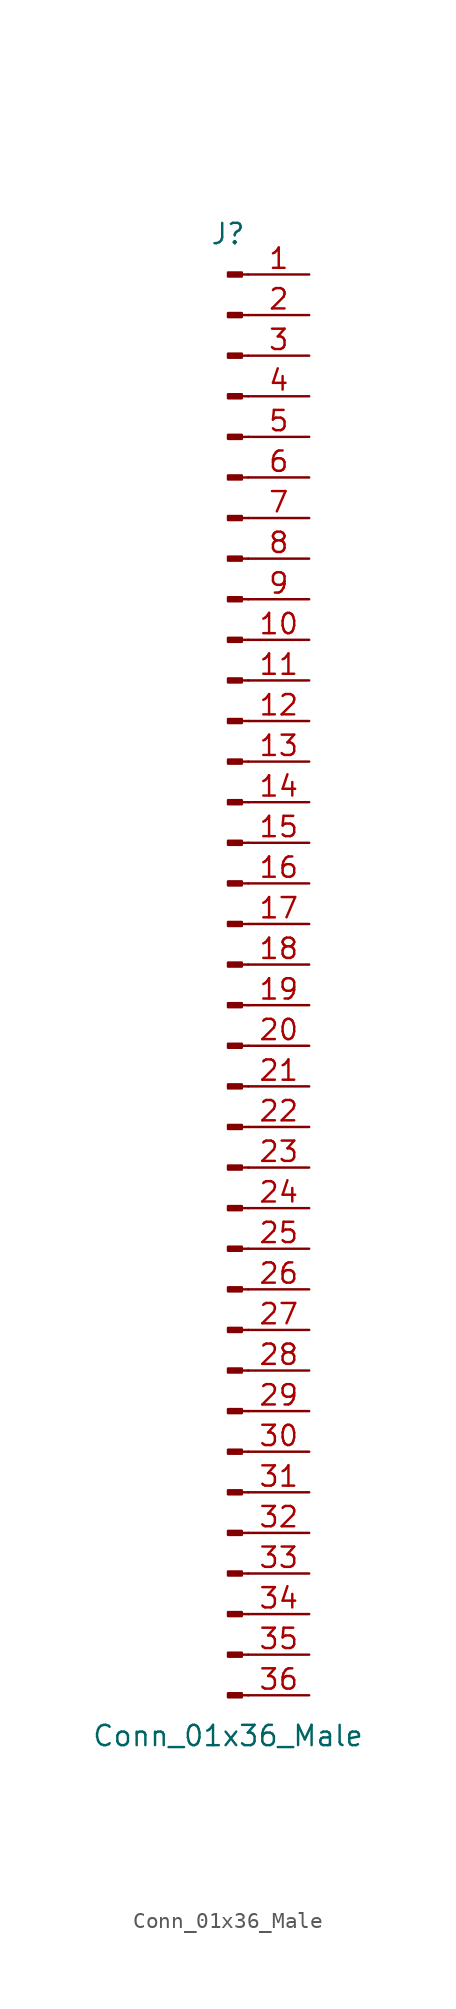
<source format=kicad_sym>
(kicad_symbol_lib
  (version 20220914)
  (generator kicad_symbol_editor)
  (symbol "Conn_01x36_Male"
    (pin_names
      (offset 1.016) hide)
    (property "Reference" "J"
      (at 0 45.72 0)
      (effects (font (size 1.27 1.27))))
    (property "Value" "Conn_01x36_Male"
      (at 0 -48.26 0)
      (effects (font (size 1.27 1.27))))
    (symbol "Conn_01x36_Male_1_1"
      (polyline (pts (xy 1.27 -45.72) (xy 0.864 -45.72)) (stroke (width 0.152) (type solid)) (fill (type none)))
      (polyline (pts (xy 1.27 -43.18) (xy 0.864 -43.18)) (stroke (width 0.152) (type solid)) (fill (type none)))
      (polyline (pts (xy 1.27 -40.64) (xy 0.864 -40.64)) (stroke (width 0.152) (type solid)) (fill (type none)))
      (polyline (pts (xy 1.27 -38.1) (xy 0.864 -38.1)) (stroke (width 0.152) (type solid)) (fill (type none)))
      (polyline (pts (xy 1.27 -35.56) (xy 0.864 -35.56)) (stroke (width 0.152) (type solid)) (fill (type none)))
      (polyline (pts (xy 1.27 -33.02) (xy 0.864 -33.02)) (stroke (width 0.152) (type solid)) (fill (type none)))
      (polyline (pts (xy 1.27 -30.48) (xy 0.864 -30.48)) (stroke (width 0.152) (type solid)) (fill (type none)))
      (polyline (pts (xy 1.27 -27.94) (xy 0.864 -27.94)) (stroke (width 0.152) (type solid)) (fill (type none)))
      (polyline (pts (xy 1.27 -25.4) (xy 0.864 -25.4)) (stroke (width 0.152) (type solid)) (fill (type none)))
      (polyline (pts (xy 1.27 -22.86) (xy 0.864 -22.86)) (stroke (width 0.152) (type solid)) (fill (type none)))
      (polyline (pts (xy 1.27 -20.32) (xy 0.864 -20.32)) (stroke (width 0.152) (type solid)) (fill (type none)))
      (polyline (pts (xy 1.27 -17.78) (xy 0.864 -17.78)) (stroke (width 0.152) (type solid)) (fill (type none)))
      (polyline (pts (xy 1.27 -15.24) (xy 0.864 -15.24)) (stroke (width 0.152) (type solid)) (fill (type none)))
      (polyline (pts (xy 1.27 -12.7) (xy 0.864 -12.7)) (stroke (width 0.152) (type solid)) (fill (type none)))
      (polyline (pts (xy 1.27 -10.16) (xy 0.864 -10.16)) (stroke (width 0.152) (type solid)) (fill (type none)))
      (polyline (pts (xy 1.27 -7.62) (xy 0.864 -7.62)) (stroke (width 0.152) (type solid)) (fill (type none)))
      (polyline (pts (xy 1.27 -5.08) (xy 0.864 -5.08)) (stroke (width 0.152) (type solid)) (fill (type none)))
      (polyline (pts (xy 1.27 -2.54) (xy 0.864 -2.54)) (stroke (width 0.152) (type solid)) (fill (type none)))
      (polyline (pts (xy 1.27 0) (xy 0.864 0)) (stroke (width 0.152) (type solid)) (fill (type none)))
      (polyline (pts (xy 1.27 2.54) (xy 0.864 2.54)) (stroke (width 0.152) (type solid)) (fill (type none)))
      (polyline (pts (xy 1.27 5.08) (xy 0.864 5.08)) (stroke (width 0.152) (type solid)) (fill (type none)))
      (polyline (pts (xy 1.27 7.62) (xy 0.864 7.62)) (stroke (width 0.152) (type solid)) (fill (type none)))
      (polyline (pts (xy 1.27 10.16) (xy 0.864 10.16)) (stroke (width 0.152) (type solid)) (fill (type none)))
      (polyline (pts (xy 1.27 12.7) (xy 0.864 12.7)) (stroke (width 0.152) (type solid)) (fill (type none)))
      (polyline (pts (xy 1.27 15.24) (xy 0.864 15.24)) (stroke (width 0.152) (type solid)) (fill (type none)))
      (polyline (pts (xy 1.27 17.78) (xy 0.864 17.78)) (stroke (width 0.152) (type solid)) (fill (type none)))
      (polyline (pts (xy 1.27 20.32) (xy 0.864 20.32)) (stroke (width 0.152) (type solid)) (fill (type none)))
      (polyline (pts (xy 1.27 22.86) (xy 0.864 22.86)) (stroke (width 0.152) (type solid)) (fill (type none)))
      (polyline (pts (xy 1.27 25.4) (xy 0.864 25.4)) (stroke (width 0.152) (type solid)) (fill (type none)))
      (polyline (pts (xy 1.27 27.94) (xy 0.864 27.94)) (stroke (width 0.152) (type solid)) (fill (type none)))
      (polyline (pts (xy 1.27 30.48) (xy 0.864 30.48)) (stroke (width 0.152) (type solid)) (fill (type none)))
      (polyline (pts (xy 1.27 33.02) (xy 0.864 33.02)) (stroke (width 0.152) (type solid)) (fill (type none)))
      (polyline (pts (xy 1.27 35.56) (xy 0.864 35.56)) (stroke (width 0.152) (type solid)) (fill (type none)))
      (polyline (pts (xy 1.27 38.1) (xy 0.864 38.1)) (stroke (width 0.152) (type solid)) (fill (type none)))
      (polyline (pts (xy 1.27 40.64) (xy 0.864 40.64)) (stroke (width 0.152) (type solid)) (fill (type none)))
      (polyline (pts (xy 1.27 43.18) (xy 0.864 43.18)) (stroke (width 0.152) (type solid)) (fill (type none)))
      (rectangle (start 0.864 -45.593) (end 0 -45.847) (stroke (width 0.152) (type solid)) (fill (type outline)))
      (rectangle (start 0.864 -43.053) (end 0 -43.307) (stroke (width 0.152) (type solid)) (fill (type outline)))
      (rectangle (start 0.864 -40.513) (end 0 -40.767) (stroke (width 0.152) (type solid)) (fill (type outline)))
      (rectangle (start 0.864 -37.973) (end 0 -38.227) (stroke (width 0.152) (type solid)) (fill (type outline)))
      (rectangle (start 0.864 -35.433) (end 0 -35.687) (stroke (width 0.152) (type solid)) (fill (type outline)))
      (rectangle (start 0.864 -32.893) (end 0 -33.147) (stroke (width 0.152) (type solid)) (fill (type outline)))
      (rectangle (start 0.864 -30.353) (end 0 -30.607) (stroke (width 0.152) (type solid)) (fill (type outline)))
      (rectangle (start 0.864 -27.813) (end 0 -28.067) (stroke (width 0.152) (type solid)) (fill (type outline)))
      (rectangle (start 0.864 -25.273) (end 0 -25.527) (stroke (width 0.152) (type solid)) (fill (type outline)))
      (rectangle (start 0.864 -22.733) (end 0 -22.987) (stroke (width 0.152) (type solid)) (fill (type outline)))
      (rectangle (start 0.864 -20.193) (end 0 -20.447) (stroke (width 0.152) (type solid)) (fill (type outline)))
      (rectangle (start 0.864 -17.653) (end 0 -17.907) (stroke (width 0.152) (type solid)) (fill (type outline)))
      (rectangle (start 0.864 -15.113) (end 0 -15.367) (stroke (width 0.152) (type solid)) (fill (type outline)))
      (rectangle (start 0.864 -12.573) (end 0 -12.827) (stroke (width 0.152) (type solid)) (fill (type outline)))
      (rectangle (start 0.864 -10.033) (end 0 -10.287) (stroke (width 0.152) (type solid)) (fill (type outline)))
      (rectangle (start 0.864 -7.493) (end 0 -7.747) (stroke (width 0.152) (type solid)) (fill (type outline)))
      (rectangle (start 0.864 -4.953) (end 0 -5.207) (stroke (width 0.152) (type solid)) (fill (type outline)))
      (rectangle (start 0.864 -2.413) (end 0 -2.667) (stroke (width 0.152) (type solid)) (fill (type outline)))
      (rectangle (start 0.864 0.127) (end 0 -0.127) (stroke (width 0.152) (type solid)) (fill (type outline)))
      (rectangle (start 0.864 2.667) (end 0 2.413) (stroke (width 0.152) (type solid)) (fill (type outline)))
      (rectangle (start 0.864 5.207) (end 0 4.953) (stroke (width 0.152) (type solid)) (fill (type outline)))
      (rectangle (start 0.864 7.747) (end 0 7.493) (stroke (width 0.152) (type solid)) (fill (type outline)))
      (rectangle (start 0.864 10.287) (end 0 10.033) (stroke (width 0.152) (type solid)) (fill (type outline)))
      (rectangle (start 0.864 12.827) (end 0 12.573) (stroke (width 0.152) (type solid)) (fill (type outline)))
      (rectangle (start 0.864 15.367) (end 0 15.113) (stroke (width 0.152) (type solid)) (fill (type outline)))
      (rectangle (start 0.864 17.907) (end 0 17.653) (stroke (width 0.152) (type solid)) (fill (type outline)))
      (rectangle (start 0.864 20.447) (end 0 20.193) (stroke (width 0.152) (type solid)) (fill (type outline)))
      (rectangle (start 0.864 22.987) (end 0 22.733) (stroke (width 0.152) (type solid)) (fill (type outline)))
      (rectangle (start 0.864 25.527) (end 0 25.273) (stroke (width 0.152) (type solid)) (fill (type outline)))
      (rectangle (start 0.864 28.067) (end 0 27.813) (stroke (width 0.152) (type solid)) (fill (type outline)))
      (rectangle (start 0.864 30.607) (end 0 30.353) (stroke (width 0.152) (type solid)) (fill (type outline)))
      (rectangle (start 0.864 33.147) (end 0 32.893) (stroke (width 0.152) (type solid)) (fill (type outline)))
      (rectangle (start 0.864 35.687) (end 0 35.433) (stroke (width 0.152) (type solid)) (fill (type outline)))
      (rectangle (start 0.864 38.227) (end 0 37.973) (stroke (width 0.152) (type solid)) (fill (type outline)))
      (rectangle (start 0.864 40.767) (end 0 40.513) (stroke (width 0.152) (type solid)) (fill (type outline)))
      (rectangle (start 0.864 43.307) (end 0 43.053) (stroke (width 0.152) (type solid)) (fill (type outline)))
      (pin passive line (at 5.08 43.18 180) (length 3.81) (name "Pin_1" (effects (font (size 1.27 1.27)))) (number "1" (effects (font (size 1.27 1.27)))))
      (pin passive line (at 5.08 20.32 180) (length 3.81) (name "Pin_10" (effects (font (size 1.27 1.27)))) (number "10" (effects (font (size 1.27 1.27)))))
      (pin passive line (at 5.08 17.78 180) (length 3.81) (name "Pin_11" (effects (font (size 1.27 1.27)))) (number "11" (effects (font (size 1.27 1.27)))))
      (pin passive line (at 5.08 15.24 180) (length 3.81) (name "Pin_12" (effects (font (size 1.27 1.27)))) (number "12" (effects (font (size 1.27 1.27)))))
      (pin passive line (at 5.08 12.7 180) (length 3.81) (name "Pin_13" (effects (font (size 1.27 1.27)))) (number "13" (effects (font (size 1.27 1.27)))))
      (pin passive line (at 5.08 10.16 180) (length 3.81) (name "Pin_14" (effects (font (size 1.27 1.27)))) (number "14" (effects (font (size 1.27 1.27)))))
      (pin passive line (at 5.08 7.62 180) (length 3.81) (name "Pin_15" (effects (font (size 1.27 1.27)))) (number "15" (effects (font (size 1.27 1.27)))))
      (pin passive line (at 5.08 5.08 180) (length 3.81) (name "Pin_16" (effects (font (size 1.27 1.27)))) (number "16" (effects (font (size 1.27 1.27)))))
      (pin passive line (at 5.08 2.54 180) (length 3.81) (name "Pin_17" (effects (font (size 1.27 1.27)))) (number "17" (effects (font (size 1.27 1.27)))))
      (pin passive line (at 5.08 0 180) (length 3.81) (name "Pin_18" (effects (font (size 1.27 1.27)))) (number "18" (effects (font (size 1.27 1.27)))))
      (pin passive line (at 5.08 -2.54 180) (length 3.81) (name "Pin_19" (effects (font (size 1.27 1.27)))) (number "19" (effects (font (size 1.27 1.27)))))
      (pin passive line (at 5.08 40.64 180) (length 3.81) (name "Pin_2" (effects (font (size 1.27 1.27)))) (number "2" (effects (font (size 1.27 1.27)))))
      (pin passive line (at 5.08 -5.08 180) (length 3.81) (name "Pin_20" (effects (font (size 1.27 1.27)))) (number "20" (effects (font (size 1.27 1.27)))))
      (pin passive line (at 5.08 -7.62 180) (length 3.81) (name "Pin_21" (effects (font (size 1.27 1.27)))) (number "21" (effects (font (size 1.27 1.27)))))
      (pin passive line (at 5.08 -10.16 180) (length 3.81) (name "Pin_22" (effects (font (size 1.27 1.27)))) (number "22" (effects (font (size 1.27 1.27)))))
      (pin passive line (at 5.08 -12.7 180) (length 3.81) (name "Pin_23" (effects (font (size 1.27 1.27)))) (number "23" (effects (font (size 1.27 1.27)))))
      (pin passive line (at 5.08 -15.24 180) (length 3.81) (name "Pin_24" (effects (font (size 1.27 1.27)))) (number "24" (effects (font (size 1.27 1.27)))))
      (pin passive line (at 5.08 -17.78 180) (length 3.81) (name "Pin_25" (effects (font (size 1.27 1.27)))) (number "25" (effects (font (size 1.27 1.27)))))
      (pin passive line (at 5.08 -20.32 180) (length 3.81) (name "Pin_26" (effects (font (size 1.27 1.27)))) (number "26" (effects (font (size 1.27 1.27)))))
      (pin passive line (at 5.08 -22.86 180) (length 3.81) (name "Pin_27" (effects (font (size 1.27 1.27)))) (number "27" (effects (font (size 1.27 1.27)))))
      (pin passive line (at 5.08 -25.4 180) (length 3.81) (name "Pin_28" (effects (font (size 1.27 1.27)))) (number "28" (effects (font (size 1.27 1.27)))))
      (pin passive line (at 5.08 -27.94 180) (length 3.81) (name "Pin_29" (effects (font (size 1.27 1.27)))) (number "29" (effects (font (size 1.27 1.27)))))
      (pin passive line (at 5.08 38.1 180) (length 3.81) (name "Pin_3" (effects (font (size 1.27 1.27)))) (number "3" (effects (font (size 1.27 1.27)))))
      (pin passive line (at 5.08 -30.48 180) (length 3.81) (name "Pin_30" (effects (font (size 1.27 1.27)))) (number "30" (effects (font (size 1.27 1.27)))))
      (pin passive line (at 5.08 -33.02 180) (length 3.81) (name "Pin_31" (effects (font (size 1.27 1.27)))) (number "31" (effects (font (size 1.27 1.27)))))
      (pin passive line (at 5.08 -35.56 180) (length 3.81) (name "Pin_32" (effects (font (size 1.27 1.27)))) (number "32" (effects (font (size 1.27 1.27)))))
      (pin passive line (at 5.08 -38.1 180) (length 3.81) (name "Pin_33" (effects (font (size 1.27 1.27)))) (number "33" (effects (font (size 1.27 1.27)))))
      (pin passive line (at 5.08 -40.64 180) (length 3.81) (name "Pin_34" (effects (font (size 1.27 1.27)))) (number "34" (effects (font (size 1.27 1.27)))))
      (pin passive line (at 5.08 -43.18 180) (length 3.81) (name "Pin_35" (effects (font (size 1.27 1.27)))) (number "35" (effects (font (size 1.27 1.27)))))
      (pin passive line (at 5.08 -45.72 180) (length 3.81) (name "Pin_36" (effects (font (size 1.27 1.27)))) (number "36" (effects (font (size 1.27 1.27)))))
      (pin passive line (at 5.08 35.56 180) (length 3.81) (name "Pin_4" (effects (font (size 1.27 1.27)))) (number "4" (effects (font (size 1.27 1.27)))))
      (pin passive line (at 5.08 33.02 180) (length 3.81) (name "Pin_5" (effects (font (size 1.27 1.27)))) (number "5" (effects (font (size 1.27 1.27)))))
      (pin passive line (at 5.08 30.48 180) (length 3.81) (name "Pin_6" (effects (font (size 1.27 1.27)))) (number "6" (effects (font (size 1.27 1.27)))))
      (pin passive line (at 5.08 27.94 180) (length 3.81) (name "Pin_7" (effects (font (size 1.27 1.27)))) (number "7" (effects (font (size 1.27 1.27)))))
      (pin passive line (at 5.08 25.4 180) (length 3.81) (name "Pin_8" (effects (font (size 1.27 1.27)))) (number "8" (effects (font (size 1.27 1.27)))))
      (pin passive line (at 5.08 22.86 180) (length 3.81) (name "Pin_9" (effects (font (size 1.27 1.27)))) (number "9" (effects (font (size 1.27 1.27))))))))
</source>
